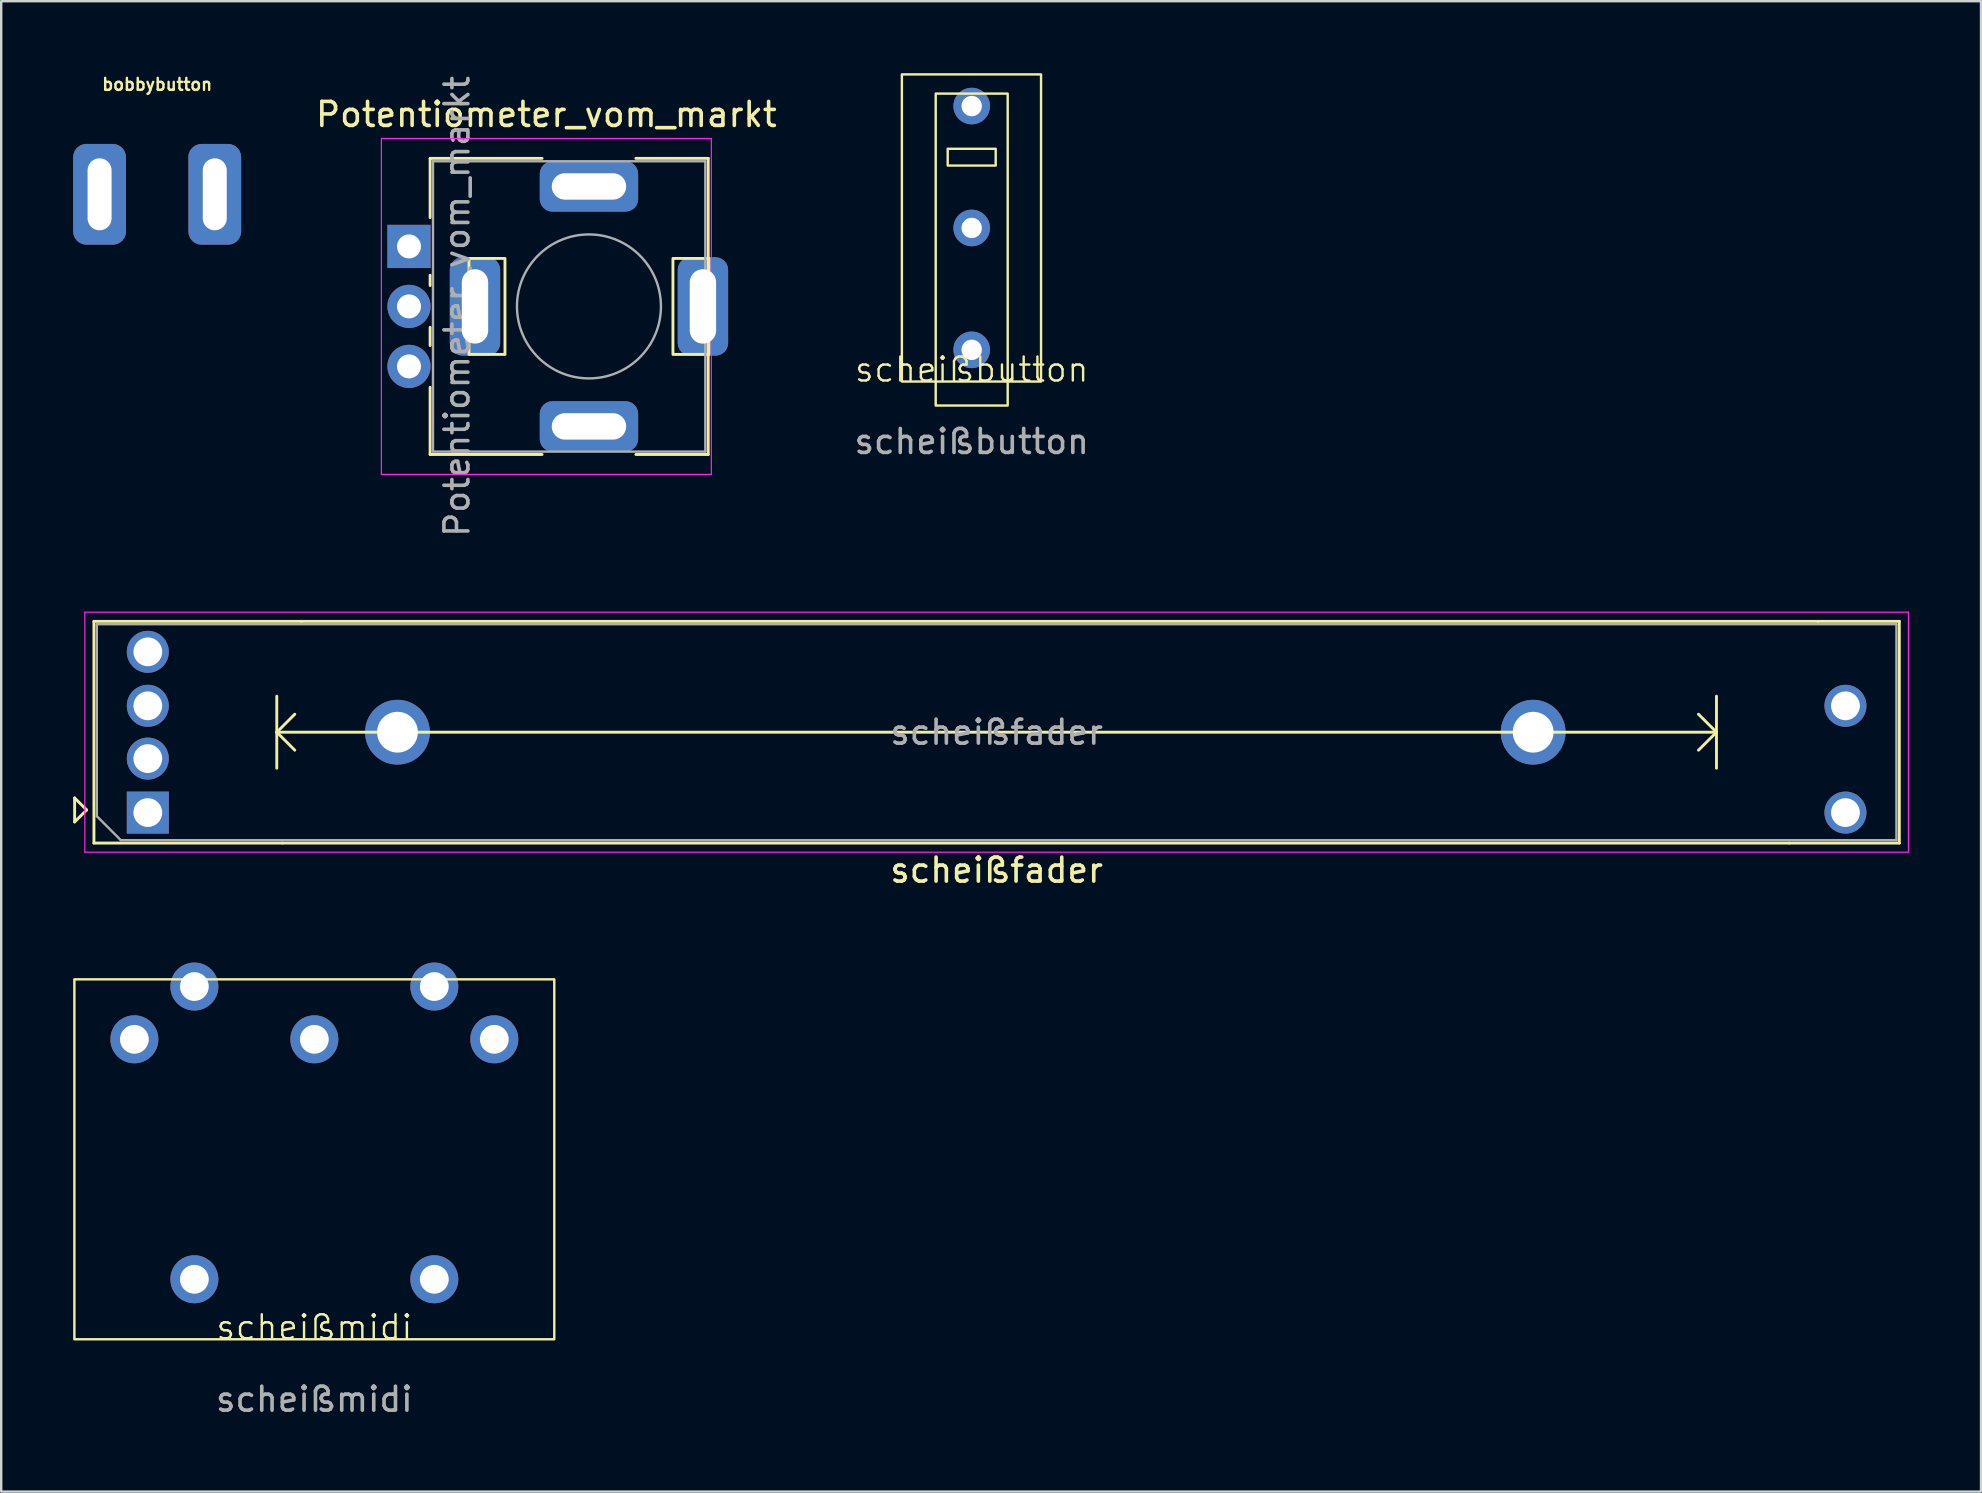
<source format=kicad_pcb>
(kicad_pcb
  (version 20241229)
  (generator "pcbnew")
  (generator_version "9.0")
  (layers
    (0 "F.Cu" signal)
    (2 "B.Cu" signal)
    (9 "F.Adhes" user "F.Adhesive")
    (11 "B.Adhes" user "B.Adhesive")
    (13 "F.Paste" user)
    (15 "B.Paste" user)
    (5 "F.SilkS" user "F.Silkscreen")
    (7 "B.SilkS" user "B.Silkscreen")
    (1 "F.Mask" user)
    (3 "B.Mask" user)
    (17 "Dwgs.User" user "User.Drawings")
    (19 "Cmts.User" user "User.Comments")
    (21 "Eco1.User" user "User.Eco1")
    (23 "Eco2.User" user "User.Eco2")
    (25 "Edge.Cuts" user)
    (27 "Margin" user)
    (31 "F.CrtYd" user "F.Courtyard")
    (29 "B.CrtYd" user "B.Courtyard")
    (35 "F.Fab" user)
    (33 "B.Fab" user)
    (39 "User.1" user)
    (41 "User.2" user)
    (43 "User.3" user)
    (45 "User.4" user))
  (footprint "scheißfader"
    (layer "F.Cu")
    (at 1.735 30.955)
    (property "Reference" "scheißfader" (at 36.75 2.26 0) (layer "F.SilkS") (effects (font (size 1 1) (thickness 0.15))))
    (attr through_hole)
    (fp_line (start -1.675 -0.75) (end -1.175 -0.25) (stroke (width 0.12) (type solid)) (layer "F.SilkS"))
    (fp_line (start -1.675 0.25) (end -1.675 -0.75) (stroke (width 0.12) (type solid)) (layer "F.SilkS"))
    (fp_line (start -1.175 -0.25) (end -1.675 0.25) (stroke (width 0.12) (type solid)) (layer "F.SilkS"))
    (fp_line (start -0.87 -8.11) (end 7.772 -8.11) (stroke (width 0.12) (type solid)) (layer "F.SilkS"))
    (fp_line (start -0.87 1.13) (end -0.87 -8.11) (stroke (width 0.12) (type solid)) (layer "F.SilkS"))
    (fp_line (start -0.87 1.13) (end 6.986 1.13) (stroke (width 0.12) (type solid)) (layer "F.SilkS"))
    (fp_line (start 6.75 -3.49) (end 7.5 -4.24) (stroke (width 0.12) (type solid)) (layer "F.SilkS"))
    (fp_line (start 6.75 -3.49) (end 66.75 -3.49) (stroke (width 0.12) (type solid)) (layer "F.SilkS"))
    (fp_line (start 6.75 -1.99) (end 6.75 -4.99) (stroke (width 0.12) (type solid)) (layer "F.SilkS"))
    (fp_line (start 6.986 1.13) (end 69.786 1.13) (stroke (width 0.12) (type solid)) (layer "F.SilkS"))
    (fp_line (start 7.5 -2.74) (end 6.75 -3.49) (stroke (width 0.12) (type solid)) (layer "F.SilkS"))
    (fp_line (start 7.772 -8.11) (end 70.986 -8.11) (stroke (width 0.12) (type solid)) (layer "F.SilkS"))
    (fp_line (start 66 -2.74) (end 66.75 -3.49) (stroke (width 0.12) (type solid)) (layer "F.SilkS"))
    (fp_line (start 66.75 -3.49) (end 66 -4.24) (stroke (width 0.12) (type solid)) (layer "F.SilkS"))
    (fp_line (start 66.75 -1.99) (end 66.75 -4.99) (stroke (width 0.12) (type solid)) (layer "F.SilkS"))
    (fp_line (start 69.786 1.13) (end 74.37 1.13) (stroke (width 0.12) (type solid)) (layer "F.SilkS"))
    (fp_line (start 70.986 -8.11) (end 74.37 -8.11) (stroke (width 0.12) (type solid)) (layer "F.SilkS"))
    (fp_line (start 74.37 1.13) (end 74.37 -8.11) (stroke (width 0.12) (type solid)) (layer "F.SilkS"))
    (fp_line (start -1.25 -8.49) (end 74.75 -8.49) (stroke (width 0.05) (type solid)) (layer "F.CrtYd"))
    (fp_line (start -1.25 1.51) (end -1.25 -8.49) (stroke (width 0.05) (type solid)) (layer "F.CrtYd"))
    (fp_line (start 74.75 -8.49) (end 74.75 1.51) (stroke (width 0.05) (type solid)) (layer "F.CrtYd"))
    (fp_line (start 74.75 1.51) (end -1.25 1.51) (stroke (width 0.05) (type solid)) (layer "F.CrtYd"))
    (fp_line (start -0.75 -7.99) (end -0.75 0.01) (stroke (width 0.1) (type solid)) (layer "F.Fab"))
    (fp_line (start -0.75 0.01) (end 0.25 1.01) (stroke (width 0.1) (type solid)) (layer "F.Fab"))
    (fp_line (start 0.25 1.01) (end 74.25 1.01) (stroke (width 0.1) (type solid)) (layer "F.Fab"))
    (fp_line (start 74.25 -7.99) (end -0.75 -7.99) (stroke (width 0.1) (type solid)) (layer "F.Fab"))
    (fp_line (start 74.25 1.01) (end 74.25 -7.99) (stroke (width 0.1) (type solid)) (layer "F.Fab"))
    (fp_text user "${REFERENCE}" (at 36.75 -3.49 0) (layer "F.Fab") (effects (font (size 1 1) (thickness 0.15))))
    (pad "1" thru_hole rect (at 1.375 -0.14) (size 1.75 1.75) (drill 1.2) (layers "*.Cu" "*.Mask"))
    (pad "2" thru_hole circle (at 1.375 -2.39) (size 1.75 1.75) (drill 1.2) (layers "*.Cu" "*.Mask"))
    (pad "3" thru_hole circle (at 72.125 -0.14) (size 1.75 1.75) (drill 1.2) (layers "*.Cu" "*.Mask"))
    (pad "4" thru_hole circle (at 1.375 -4.59) (size 1.75 1.75) (drill 1.2) (layers "*.Cu" "*.Mask"))
    (pad "5" thru_hole circle (at 1.375 -6.84) (size 1.75 1.75) (drill 1.2) (layers "*.Cu" "*.Mask"))
    (pad "6" thru_hole circle (at 72.125 -4.59) (size 1.75 1.75) (drill 1.2) (layers "*.Cu" "*.Mask"))
    (pad "MP" thru_hole circle (at 11.78 -3.49) (size 2.7 2.7) (drill 1.7) (layers "*.Cu" "*.Mask"))
    (pad "MP" thru_hole circle (at 59.11 -3.49) (size 2.7 2.7) (drill 1.7) (layers "*.Cu" "*.Mask")))
  (footprint "bobbybutton"
    (layer "F.Cu")
    (at 3.5 5.048)
    (property "Reference" "bobbybutton" (at 0 -4.58 0) (unlocked yes) (layer "F.SilkS") (effects (font (size 0.5 0.5) (thickness 0.1))))
    (attr through_hole)
    (pad "1" thru_hole roundrect (at 2.4 0) (size 2.2 4.2) (drill oval 1 3) (layers "*.Cu" "*.Mask") (roundrect_rratio 0.25))
    (pad "2" thru_hole roundrect (at -2.4 0) (size 2.2 4.2) (drill oval 1 3) (layers "*.Cu" "*.Mask") (roundrect_rratio 0.25)))
  (footprint "scheißbutton"
    (layer "F.Cu")
    (at 37.446 12.85)
    (property "Reference" "scheißbutton" (at 0 -0.5 0) (unlocked yes) (layer "F.SilkS") (effects (font (size 1 1) (thickness 0.1))))
    (attr through_hole)
    (fp_rect (start -2.91 -12.8) (end 2.89 0) (stroke (width 0.1) (type default)) (fill no) (layer "F.SilkS"))
    (fp_rect (start -1.5 -12) (end 1.5 1) (stroke (width 0.1) (type default)) (fill no) (layer "F.SilkS"))
    (fp_rect (start -1 -9.7) (end 1 -9) (stroke (width 0.1) (type default)) (fill no) (layer "F.SilkS"))
    (fp_text user "${REFERENCE}" (at 0 2.5 0) (unlocked yes) (layer "F.Fab") (effects (font (size 1 1) (thickness 0.15))))
    (pad "1" thru_hole circle (at 0 -11.48) (size 1.524 1.524) (drill 0.85) (layers "*.Cu" "*.Mask"))
    (pad "2" thru_hole circle (at 0 -6.4) (size 1.524 1.524) (drill 0.85) (layers "*.Cu" "*.Mask"))
    (pad "3" thru_hole circle (at 0 -1.32) (size 1.524 1.524) (drill 0.85) (layers "*.Cu" "*.Mask")))
  (footprint "Potentiometer_vom_markt"
    (layer "F.Cu")
    (at 13.995 7.22)
    (property "Reference" "Potentiometer_vom_markt" (at 5.725 -5.5 180) (layer "F.SilkS") (effects (font (size 1 1) (thickness 0.15))))
    (attr through_hole)
    (fp_line (start 0.88 -3.67) (end 0.88 -1.2) (stroke (width 0.12) (type solid)) (layer "F.SilkS"))
    (fp_line (start 0.88 -3.67) (end 5.546 -3.67) (stroke (width 0.12) (type solid)) (layer "F.SilkS"))
    (fp_line (start 0.88 1.2) (end 0.88 1.63) (stroke (width 0.12) (type solid)) (layer "F.SilkS"))
    (fp_line (start 0.88 3.371) (end 0.88 4.13) (stroke (width 0.12) (type solid)) (layer "F.SilkS"))
    (fp_line (start 0.88 5.87) (end 0.88 8.67) (stroke (width 0.12) (type solid)) (layer "F.SilkS"))
    (fp_line (start 0.88 8.67) (end 5.546 8.67) (stroke (width 0.12) (type solid)) (layer "F.SilkS"))
    (fp_line (start 9.455 -3.67) (end 12.47 -3.67) (stroke (width 0.12) (type solid)) (layer "F.SilkS"))
    (fp_line (start 9.455 8.67) (end 12.47 8.67) (stroke (width 0.12) (type solid)) (layer "F.SilkS"))
    (fp_line (start 12.47 -3.67) (end 12.47 8.67) (stroke (width 0.12) (type solid)) (layer "F.SilkS"))
    (fp_rect (start 2.5 0.5) (end 4 4.5) (stroke (width 0.12) (type solid)) (fill no) (layer "F.SilkS"))
    (fp_rect (start 11 0.5) (end 12.5 4.5) (stroke (width 0.12) (type solid)) (fill no) (layer "F.SilkS"))
    (fp_line (start -1.15 -4.5) (end -1.15 9.5) (stroke (width 0.05) (type solid)) (layer "F.CrtYd"))
    (fp_line (start -1.15 9.5) (end 12.6 9.5) (stroke (width 0.05) (type solid)) (layer "F.CrtYd"))
    (fp_line (start 12.6 -4.5) (end -1.15 -4.5) (stroke (width 0.05) (type solid)) (layer "F.CrtYd"))
    (fp_line (start 12.6 9.5) (end 12.6 -4.5) (stroke (width 0.05) (type solid)) (layer "F.CrtYd"))
    (fp_line (start 1 -3.55) (end 1 8.55) (stroke (width 0.1) (type solid)) (layer "F.Fab"))
    (fp_line (start 1 8.55) (end 12.35 8.55) (stroke (width 0.1) (type solid)) (layer "F.Fab"))
    (fp_line (start 12.35 -3.55) (end 1 -3.55) (stroke (width 0.1) (type solid)) (layer "F.Fab"))
    (fp_line (start 12.35 8.55) (end 12.35 -3.55) (stroke (width 0.1) (type solid)) (layer "F.Fab"))
    (fp_circle (center 7.5 2.5) (end 10.5 2.5) (stroke (width 0.1) (type solid)) (fill no) (layer "F.Fab"))
    (fp_text user "${REFERENCE}" (at 2 2.5 90) (layer "F.Fab") (effects (font (size 1 1) (thickness 0.15))))
    (pad "1" thru_hole rect (at 0 0) (size 1.8 1.8) (drill 1) (layers "*.Cu" "*.Mask"))
    (pad "2" thru_hole circle (at 0 2.5) (size 1.8 1.8) (drill 1) (layers "*.Cu" "*.Mask"))
    (pad "3" thru_hole circle (at 0 5) (size 1.8 1.8) (drill 1) (layers "*.Cu" "*.Mask"))
    (pad "MP" thru_hole roundrect (at 2.75 2.5 90) (size 4.1 2.1) (drill oval 3.1 1.1) (layers "*.Cu" "*.Mask") (roundrect_rratio 0.25))
    (pad "MP" thru_hole roundrect (at 7.5 -2.5) (size 4.1 2.1) (drill oval 3.1 1.1) (layers "*.Cu" "*.Mask") (roundrect_rratio 0.25))
    (pad "MP" thru_hole roundrect (at 7.5 7.5) (size 4.1 2.1) (drill oval 3.1 1.1) (layers "*.Cu" "*.Mask") (roundrect_rratio 0.25))
    (pad "MP" thru_hole roundrect (at 12.25 2.5 90) (size 4.1 2.1) (drill oval 3.1 1.1) (layers "*.Cu" "*.Mask") (roundrect_rratio 0.25))
    (zone (net_name "") (layer "F.Cu") (name "Copper Keep Out") (hatch full 0.508) (connect_pads) (min_thickness 0.254) (filled_areas_thickness no) (keepout (tracks not_allowed) (vias not_allowed) (pads not_allowed) (copperpour not_allowed) (footprints not_allowed)) (placement (enabled no)) (fill) (polygon (pts (xy 17.995 11.72) (xy 16.495 11.72) (xy 16.495 7.72) (xy 17.995 7.72))))
    (zone (net_name "") (layer "F.Cu") (name "Copper Keep Out") (hatch full 0.508) (connect_pads) (min_thickness 0.254) (filled_areas_thickness no) (keepout (tracks not_allowed) (vias not_allowed) (pads not_allowed) (copperpour not_allowed) (footprints not_allowed)) (placement (enabled no)) (fill) (polygon (pts (xy 26.395 11.72) (xy 24.995 11.72) (xy 24.995 7.72) (xy 26.395 7.72)))))
  (footprint "scheißmidi"
    (layer "F.Cu")
    (at 10.05 52.764)
    (property "Reference" "scheißmidi" (at 0 -0.5 0) (unlocked yes) (layer "F.SilkS") (effects (font (size 1 1) (thickness 0.1))))
    (attr through_hole)
    (fp_rect (start -10 0) (end 10 -15) (stroke (width 0.1) (type default)) (fill no) (layer "F.SilkS"))
    (fp_text user "${REFERENCE}" (at 0 2.5 0) (unlocked yes) (layer "F.Fab") (effects (font (size 1 1) (thickness 0.15))))
    (pad "1" thru_hole circle (at 7.5 -12.5) (size 2 2) (drill 1.2) (layers "*.Cu" "*.Mask"))
    (pad "2" thru_hole circle (at 0 -12.5) (size 2 2) (drill 1.2) (layers "*.Cu" "*.Mask"))
    (pad "3" thru_hole circle (at -7.5 -12.5) (size 2 2) (drill 1.2) (layers "*.Cu" "*.Mask"))
    (pad "4" thru_hole circle (at 5 -14.7) (size 2 2) (drill 1.2) (layers "*.Cu" "*.Mask"))
    (pad "5" thru_hole circle (at -5 -14.7) (size 2 2) (drill 1.2) (layers "*.Cu" "*.Mask"))
    (pad "SH" thru_hole circle (at -5 -2.5) (size 2 2) (drill 1.2) (layers "*.Cu" "*.Mask"))
    (pad "SH" thru_hole circle (at 5 -2.5) (size 2 2) (drill 1.2) (layers "*.Cu" "*.Mask")))
  (gr_rect
    (start -3 -3)
    (end 79.51 59.112)
    (stroke (width 0.1) (type default))
    (fill no)
    (layer "Edge.Cuts")))
</source>
